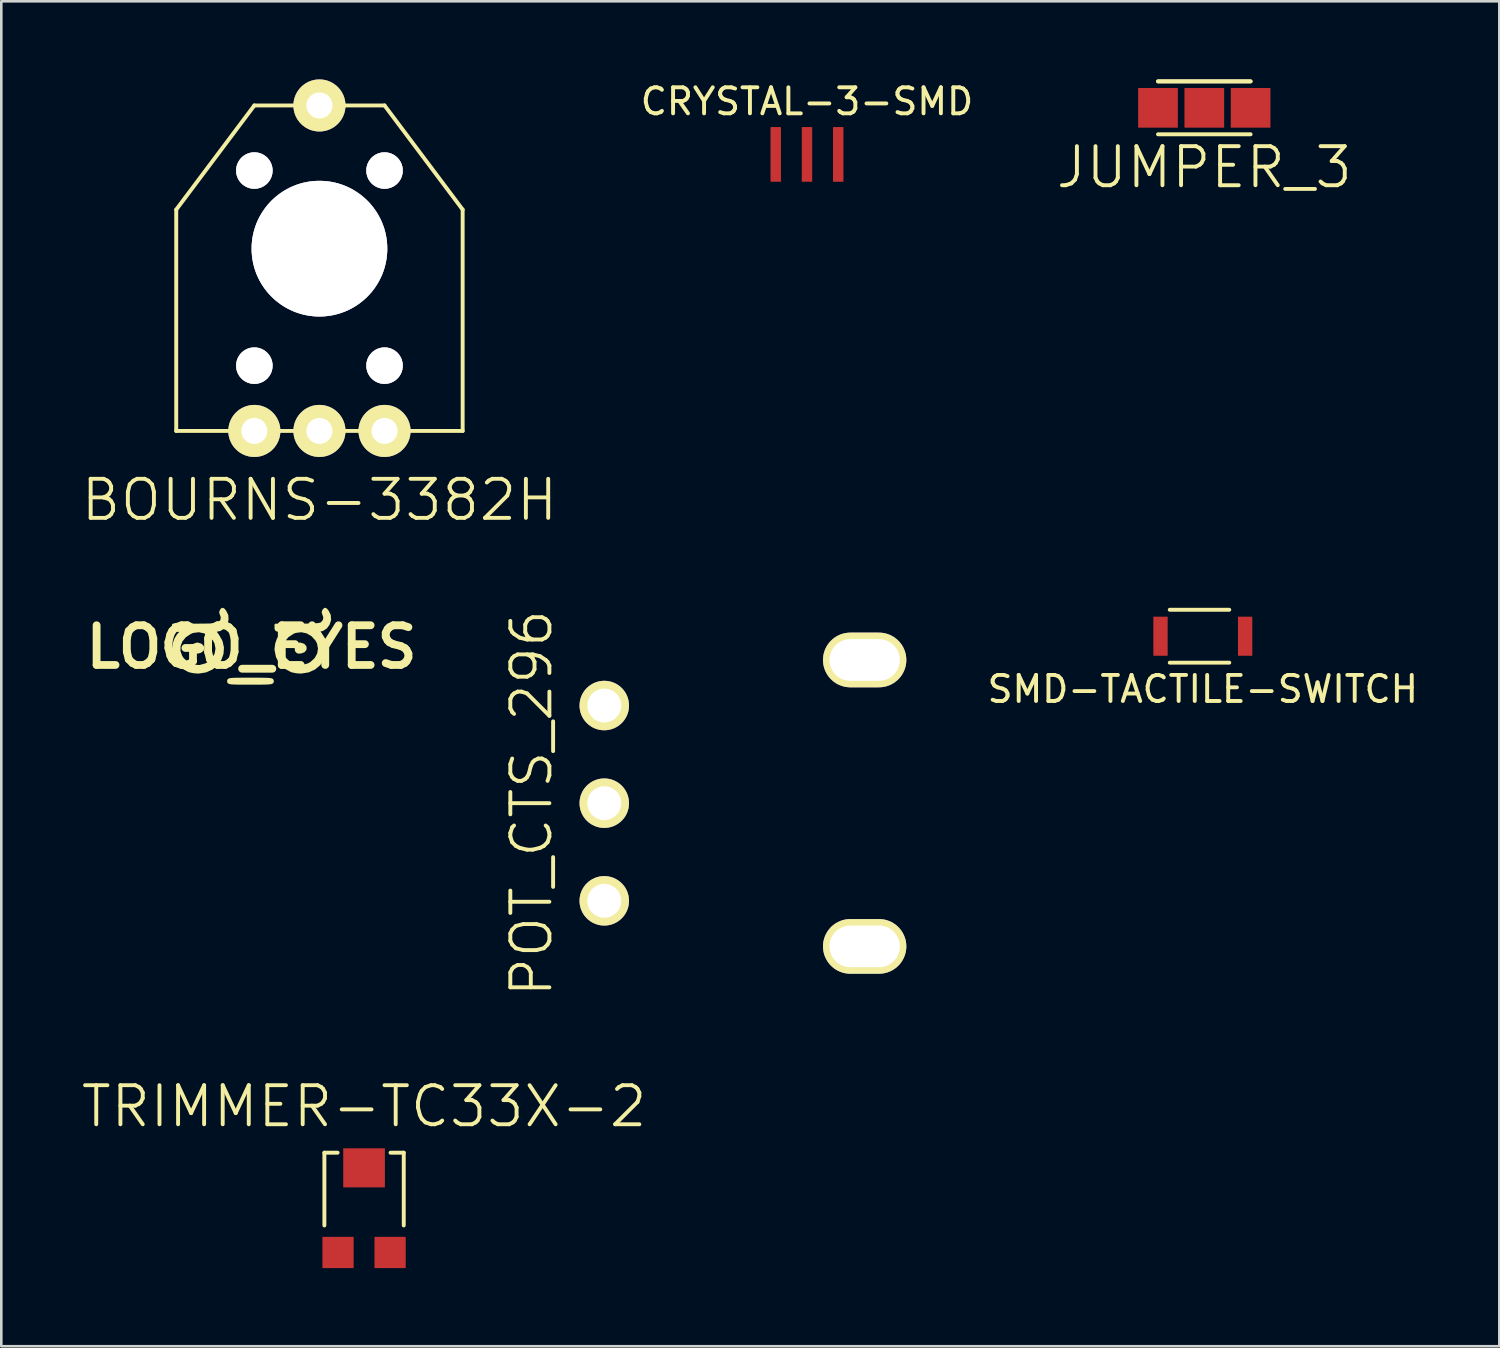
<source format=kicad_pcb>
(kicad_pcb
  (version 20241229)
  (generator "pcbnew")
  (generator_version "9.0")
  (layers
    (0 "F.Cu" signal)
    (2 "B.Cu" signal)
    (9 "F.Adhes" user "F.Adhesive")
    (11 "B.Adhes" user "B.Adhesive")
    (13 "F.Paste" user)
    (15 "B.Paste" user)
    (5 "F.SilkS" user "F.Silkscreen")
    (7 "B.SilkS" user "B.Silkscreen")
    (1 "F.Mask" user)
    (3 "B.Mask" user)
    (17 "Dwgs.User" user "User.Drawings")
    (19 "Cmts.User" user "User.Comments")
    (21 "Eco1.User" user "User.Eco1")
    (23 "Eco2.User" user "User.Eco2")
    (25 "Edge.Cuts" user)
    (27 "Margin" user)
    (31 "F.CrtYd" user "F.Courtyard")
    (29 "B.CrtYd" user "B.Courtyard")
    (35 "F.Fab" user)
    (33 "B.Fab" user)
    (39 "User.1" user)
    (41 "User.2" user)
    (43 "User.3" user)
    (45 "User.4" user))
  (footprint "POT_CTS_296"
    (layer "F.Cu")
    (at 20.157 27.796)
    (property "Reference" "POT_CTS_296" (at -2.794 0 270) (layer "F.SilkS") (effects (font (size 1.5 1.5) (thickness 0.15))))
    (attr through_hole)
    (pad "" thru_hole oval (at 10 -5.5) (size 3.2 2.1) (drill oval 2.7 1.6) (layers "*.Cu" "*.Mask" "F.SilkS"))
    (pad "" thru_hole oval (at 10 5.5) (size 3.2 2.1) (drill oval 2.7 1.6) (layers "*.Cu" "*.Mask" "F.SilkS"))
    (pad "1" thru_hole circle (at 0 -3.75) (size 1.9 1.9) (drill 1.3) (layers "*.Cu" "*.Mask" "F.SilkS"))
    (pad "2" thru_hole circle (at 0 0) (size 1.9 1.9) (drill 1.3) (layers "*.Cu" "*.Mask" "F.SilkS"))
    (pad "3" thru_hole circle (at 0 3.75) (size 1.9 1.9) (drill 1.3) (layers "*.Cu" "*.Mask" "F.SilkS")))
  (footprint "LOGO_EYES"
    (layer "F.Cu")
    (at 6.611 21.798)
    (property "Reference" "LOGO_EYES" (at 0 0 0) (layer "F.SilkS") (effects (font (size 1.524 1.524) (thickness 0.3))))
    (attr through_hole)
    (fp_poly (pts (xy -1.874 -0.005) (xy -1.875 0.09) (xy -1.888 0.116) (xy -1.962 0.174) (xy -2.064 0.203) (xy -2.165 0.199) (xy -2.215 0.148) (xy -2.222 0.129) (xy -2.237 -0.004) (xy -2.189 -0.091) (xy -2.085 -0.12) (xy -2.064 -0.119) (xy -1.942 -0.08) (xy -1.874 -0.005)) (stroke (width 0.1) (type solid)) (fill yes) (layer "F.SilkS"))
    (fp_poly (pts (xy 2.064 0.084) (xy 2.003 0.16) (xy 1.879 0.203) (xy 1.873 0.203) (xy 1.772 0.199) (xy 1.722 0.148) (xy 1.715 0.129) (xy 1.7 -0.004) (xy 1.748 -0.091) (xy 1.852 -0.12) (xy 1.873 -0.119) (xy 1.999 -0.078) (xy 2.062 -0.003) (xy 2.064 0.084)) (stroke (width 0.1) (type solid)) (fill yes) (layer "F.SilkS"))
    (fp_poly (pts (xy 0.804 1.312) (xy 0.801 1.341) (xy 0.784 1.362) (xy 0.742 1.378) (xy 0.664 1.387) (xy 0.539 1.393) (xy 0.357 1.396) (xy 0.107 1.397) (xy -0.042 1.397) (xy -0.33 1.397) (xy -0.544 1.395) (xy -0.695 1.391) (xy -0.794 1.383) (xy -0.852 1.37) (xy -0.88 1.352) (xy -0.888 1.327) (xy -0.889 1.312) (xy -0.886 1.284) (xy -0.868 1.262) (xy -0.826 1.247) (xy -0.748 1.237) (xy -0.624 1.231) (xy -0.442 1.229) (xy -0.191 1.228) (xy -0.042 1.228) (xy 0.245 1.228) (xy 0.459 1.23) (xy 0.61 1.234) (xy 0.709 1.242) (xy 0.767 1.254) (xy 0.795 1.272) (xy 0.804 1.297) (xy 0.804 1.312)) (stroke (width 0.1) (type solid)) (fill yes) (layer "F.SilkS"))
    (fp_poly (pts (xy -0.933 -1.046) (xy -0.982 -0.884) (xy -1.08 -0.749) (xy -1.219 -0.66) (xy -1.356 -0.635) (xy -1.397 -0.627) (xy -1.397 -0.594) (xy -1.35 -0.52) (xy -1.294 -0.445) (xy -1.164 -0.215) (xy -1.11 0.023) (xy -1.127 0.258) (xy -1.206 0.477) (xy -1.335 0.659) (xy -1.335 0.059) (xy -1.375 -0.151) (xy -1.436 -0.27) (xy -1.6 -0.453) (xy -1.801 -0.57) (xy -2.022 -0.618) (xy -2.248 -0.59) (xy -2.349 -0.551) (xy -2.557 -0.413) (xy -2.7 -0.239) (xy -2.776 -0.043) (xy -2.78 0.163) (xy -2.709 0.364) (xy -2.635 0.47) (xy -2.446 0.636) (xy -2.228 0.727) (xy -1.994 0.742) (xy -1.761 0.679) (xy -1.646 0.616) (xy -1.474 0.458) (xy -1.369 0.267) (xy -1.335 0.059) (xy -1.335 0.659) (xy -1.342 0.669) (xy -1.528 0.823) (xy -1.759 0.927) (xy -2.027 0.97) (xy -2.079 0.97) (xy -2.233 0.956) (xy -2.378 0.925) (xy -2.403 0.917) (xy -2.64 0.789) (xy -2.827 0.602) (xy -2.951 0.372) (xy -3.004 0.112) (xy -3.005 0.072) (xy -2.981 -0.119) (xy -2.915 -0.307) (xy -2.822 -0.459) (xy -2.776 -0.505) (xy -2.716 -0.575) (xy -2.735 -0.618) (xy -2.835 -0.635) (xy -2.857 -0.635) (xy -2.958 -0.643) (xy -2.999 -0.678) (xy -3.006 -0.741) (xy -3.006 -0.847) (xy -2.168 -0.847) (xy -1.866 -0.848) (xy -1.637 -0.852) (xy -1.47 -0.86) (xy -1.355 -0.872) (xy -1.281 -0.89) (xy -1.242 -0.909) (xy -1.148 -1.019) (xy -1.132 -1.152) (xy -1.163 -1.239) (xy -1.194 -1.331) (xy -1.169 -1.405) (xy -1.163 -1.413) (xy -1.122 -1.455) (xy -1.081 -1.442) (xy -1.021 -1.372) (xy -0.943 -1.215) (xy -0.933 -1.046)) (stroke (width 0.1) (type solid)) (fill yes) (layer "F.SilkS"))
    (fp_poly (pts (xy 3.004 -1.046) (xy 2.955 -0.884) (xy 2.857 -0.749) (xy 2.718 -0.66) (xy 2.581 -0.635) (xy 2.54 -0.627) (xy 2.54 -0.594) (xy 2.587 -0.52) (xy 2.643 -0.445) (xy 2.773 -0.215) (xy 2.827 0.023) (xy 2.81 0.258) (xy 2.731 0.477) (xy 2.602 0.659) (xy 2.602 0.059) (xy 2.562 -0.151) (xy 2.501 -0.27) (xy 2.337 -0.453) (xy 2.136 -0.57) (xy 1.915 -0.618) (xy 1.689 -0.59) (xy 1.588 -0.551) (xy 1.38 -0.413) (xy 1.237 -0.239) (xy 1.161 -0.043) (xy 1.157 0.163) (xy 1.228 0.364) (xy 1.302 0.47) (xy 1.491 0.636) (xy 1.709 0.727) (xy 1.943 0.742) (xy 2.176 0.679) (xy 2.291 0.616) (xy 2.463 0.458) (xy 2.568 0.267) (xy 2.602 0.059) (xy 2.602 0.659) (xy 2.595 0.669) (xy 2.409 0.823) (xy 2.178 0.927) (xy 1.91 0.97) (xy 1.858 0.97) (xy 1.704 0.956) (xy 1.559 0.925) (xy 1.534 0.917) (xy 1.297 0.789) (xy 1.11 0.602) (xy 0.986 0.372) (xy 0.933 0.112) (xy 0.932 0.072) (xy 0.956 -0.119) (xy 1.022 -0.307) (xy 1.115 -0.459) (xy 1.161 -0.505) (xy 1.221 -0.575) (xy 1.202 -0.618) (xy 1.102 -0.635) (xy 1.079 -0.635) (xy 0.979 -0.643) (xy 0.938 -0.678) (xy 0.931 -0.741) (xy 0.931 -0.847) (xy 1.769 -0.847) (xy 2.071 -0.848) (xy 2.3 -0.852) (xy 2.467 -0.86) (xy 2.582 -0.872) (xy 2.656 -0.89) (xy 2.695 -0.909) (xy 2.789 -1.019) (xy 2.805 -1.152) (xy 2.774 -1.239) (xy 2.743 -1.331) (xy 2.768 -1.405) (xy 2.774 -1.413) (xy 2.815 -1.455) (xy 2.856 -1.442) (xy 2.916 -1.372) (xy 2.994 -1.215) (xy 3.004 -1.046)) (stroke (width 0.1) (type solid)) (fill yes) (layer "F.SilkS")))
  (footprint "CRYSTAL-3-SMD"
    (layer "F.Cu")
    (at 27.942 2.88)
    (property "Reference" "CRYSTAL-3-SMD" (at 0 -2.032 0) (layer "F.SilkS") (effects (font (size 1 1) (thickness 0.15))))
    (attr through_hole)
    (pad "1" smd rect (at -1.2 0) (size 0.4 2.1) (layers "F.Cu" "F.Mask" "F.Paste"))
    (pad "2" smd rect (at 1.2 0) (size 0.4 2.1) (layers "F.Cu" "F.Mask" "F.Paste"))
    (pad "3" smd rect (at 0 0) (size 0.4 2.1) (layers "F.Cu" "F.Mask" "F.Paste")))
  (footprint "TRIMMER-TC33X-2"
    (layer "F.Cu")
    (at 10.932 43.251)
    (property "Reference" "TRIMMER-TC33X-2" (at 0 -3.81 0) (layer "F.SilkS") (effects (font (size 1.5 1.5) (thickness 0.15))))
    (attr through_hole)
    (fp_line (start -1.524 -2.032) (end -1.524 0.762) (stroke (width 0.15) (type solid)) (layer "F.SilkS"))
    (fp_line (start -1.016 -2.032) (end -1.524 -2.032) (stroke (width 0.15) (type solid)) (layer "F.SilkS"))
    (fp_line (start 1.016 -2.032) (end 1.524 -2.032) (stroke (width 0.15) (type solid)) (layer "F.SilkS"))
    (fp_line (start 1.524 -2.032) (end 1.524 0.762) (stroke (width 0.15) (type solid)) (layer "F.SilkS"))
    (pad "1" smd rect (at -1 1.8) (size 1.2 1.2) (layers "F.Cu" "F.Mask" "F.Paste"))
    (pad "2" smd rect (at 0 -1.45) (size 1.6 1.5) (layers "F.Cu" "F.Mask" "F.Paste"))
    (pad "3" smd rect (at 1 1.8) (size 1.2 1.2) (layers "F.Cu" "F.Mask" "F.Paste")))
  (footprint "JUMPER_3"
    (layer "F.Cu")
    (at 43.201 1.091)
    (property "Reference" "JUMPER_3" (at 0 2.286 0) (layer "F.SilkS") (effects (font (size 1.5 1.5) (thickness 0.15))))
    (attr through_hole)
    (fp_line (start -1.778 -1.016) (end 1.778 -1.016) (stroke (width 0.15) (type solid)) (layer "F.SilkS"))
    (fp_line (start -1.778 1.016) (end 1.778 1.016) (stroke (width 0.15) (type solid)) (layer "F.SilkS"))
    (fp_line (start 1.778 -1.016) (end -1.778 -1.016) (stroke (width 0.15) (type solid)) (layer "F.SilkS"))
    (pad "1" smd rect (at -1.778 0) (size 1.524 1.524) (layers "F.Cu" "F.Mask" "F.Paste"))
    (pad "2" smd rect (at 0 0) (size 1.524 1.524) (layers "F.Cu" "F.Mask" "F.Paste"))
    (pad "3" smd rect (at 1.778 0) (size 1.524 1.524) (layers "F.Cu" "F.Mask" "F.Paste")))
  (footprint "SMD-TACTILE-SWITCH"
    (layer "F.Cu")
    (at 43.144 21.384)
    (property "Reference" "SMD-TACTILE-SWITCH" (at 0 2.032 0) (layer "F.SilkS") (effects (font (size 1 1) (thickness 0.15))))
    (attr through_hole)
    (fp_line (start -1.27 -1.016) (end 1.016 -1.016) (stroke (width 0.15) (type solid)) (layer "F.SilkS"))
    (fp_line (start -1.27 1.016) (end 1.016 1.016) (stroke (width 0.15) (type solid)) (layer "F.SilkS"))
    (pad "1" smd rect (at -1.625 0) (size 0.55 1.5) (layers "F.Cu" "F.Mask" "F.Paste"))
    (pad "2" smd rect (at 1.625 0) (size 0.55 1.5) (layers "F.Cu" "F.Mask" "F.Paste")))
  (footprint "BOURNS-3382H"
    (layer "F.Cu")
    (at 9.218 6.5)
    (property "Reference" "BOURNS-3382H" (at 0 9.652 0) (layer "F.SilkS") (effects (font (size 1.5 1.5) (thickness 0.15))))
    (attr through_hole)
    (fp_line (start -5.5 -1.5) (end -2.5 -5.5) (stroke (width 0.15) (type solid)) (layer "F.SilkS"))
    (fp_line (start -5.5 7) (end -5.5 -1.5) (stroke (width 0.15) (type solid)) (layer "F.SilkS"))
    (fp_line (start -5.5 7) (end 5.5 7) (stroke (width 0.15) (type solid)) (layer "F.SilkS"))
    (fp_line (start -2.5 -5.5) (end 2.5 -5.5) (stroke (width 0.15) (type solid)) (layer "F.SilkS"))
    (fp_line (start 2.5 -5.5) (end 5.5 -1.5) (stroke (width 0.15) (type solid)) (layer "F.SilkS"))
    (fp_line (start 5.5 7) (end 5.5 -1.5) (stroke (width 0.15) (type solid)) (layer "F.SilkS"))
    (pad "" thru_hole circle (at -2.5 -3) (size 1.4 1.4) (drill 1.4) (layers "*.Cu" "Dwgs.User"))
    (pad "" thru_hole circle (at -2.5 4.493) (size 1.4 1.4) (drill 1.4) (layers "*.Cu" "Dwgs.User"))
    (pad "" thru_hole circle (at 0 0) (size 5.21 5.21) (drill 5.21) (layers "*.Cu" "Dwgs.User"))
    (pad "" thru_hole circle (at 2.5 -3) (size 1.4 1.4) (drill 1.4) (layers "*.Cu" "Dwgs.User"))
    (pad "" thru_hole circle (at 2.5 4.493) (size 1.4 1.4) (drill 1.4) (layers "*.Cu" "Dwgs.User"))
    (pad "1" thru_hole circle (at -2.5 7) (size 2 2) (drill 1) (layers "*.Cu" "*.Mask" "F.SilkS"))
    (pad "2" thru_hole circle (at 0 -5.5) (size 2 2) (drill 1) (layers "*.Cu" "*.Mask" "F.SilkS"))
    (pad "2" thru_hole circle (at 0 7) (size 2 2) (drill 1) (layers "*.Cu" "*.Mask" "F.SilkS"))
    (pad "3" thru_hole circle (at 2.5 7) (size 2 2) (drill 1) (layers "*.Cu" "*.Mask" "F.SilkS")))
  (gr_rect
    (start -3 -3)
    (end 54.531 48.651)
    (stroke (width 0.1) (type default))
    (fill no)
    (layer "Edge.Cuts")))
</source>
